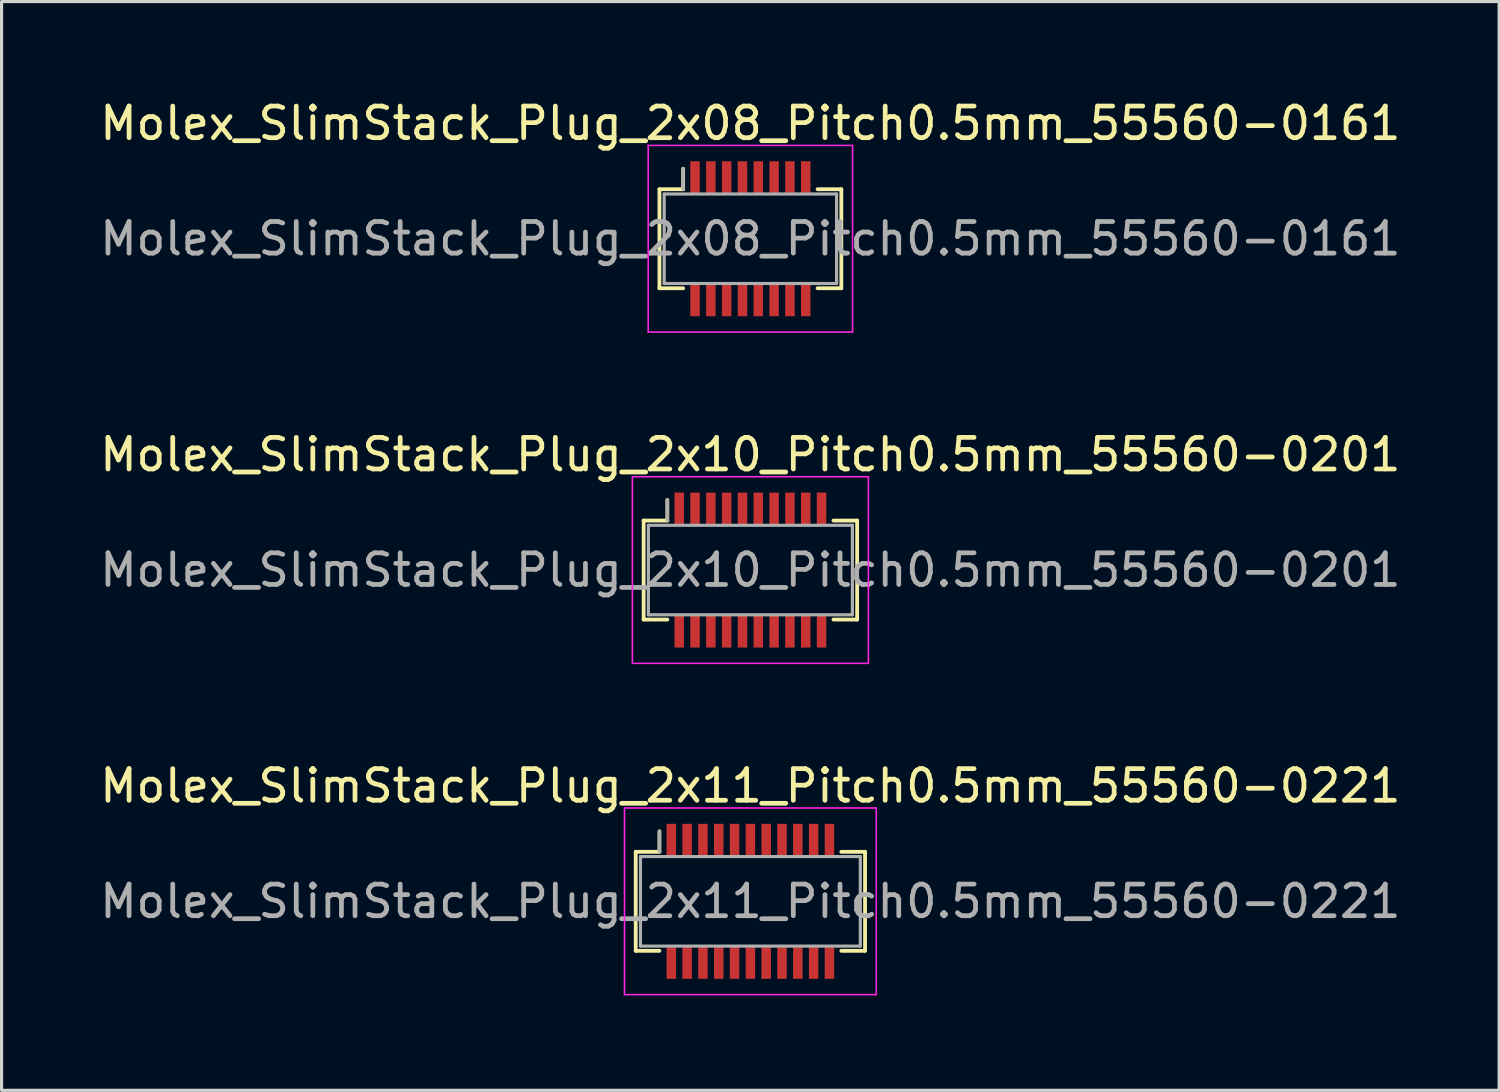
<source format=kicad_pcb>
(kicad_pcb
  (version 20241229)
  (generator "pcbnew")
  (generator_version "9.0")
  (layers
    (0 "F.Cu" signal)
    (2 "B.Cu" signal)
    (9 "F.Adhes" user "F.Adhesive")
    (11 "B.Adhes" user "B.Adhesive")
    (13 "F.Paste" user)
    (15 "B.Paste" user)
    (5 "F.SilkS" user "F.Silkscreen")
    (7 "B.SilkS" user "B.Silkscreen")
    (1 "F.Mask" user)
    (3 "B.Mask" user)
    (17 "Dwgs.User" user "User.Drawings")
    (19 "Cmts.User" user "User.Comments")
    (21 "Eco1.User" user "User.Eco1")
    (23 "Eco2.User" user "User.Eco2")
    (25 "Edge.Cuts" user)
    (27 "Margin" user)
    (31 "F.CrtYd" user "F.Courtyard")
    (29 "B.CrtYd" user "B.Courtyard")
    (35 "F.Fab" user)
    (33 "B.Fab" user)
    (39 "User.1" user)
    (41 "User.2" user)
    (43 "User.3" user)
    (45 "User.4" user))
  (footprint "Molex_SlimStack_Plug_2x10_Pitch0.5mm_55560-0201"
    (layer "F.Cu")
    (at 20.673 14.972)
    (property "Reference" "Molex_SlimStack_Plug_2x10_Pitch0.5mm_55560-0201" (at 0 -3.65 0) (layer "F.SilkS") (effects (font (size 1 1) (thickness 0.15))))
    (attr smd)
    (fp_line (start -3.375 -1.565) (end -2.625 -1.565) (stroke (width 0.12) (type solid)) (layer "F.SilkS"))
    (fp_line (start -3.375 1.565) (end -3.375 -1.565) (stroke (width 0.12) (type solid)) (layer "F.SilkS"))
    (fp_line (start -2.625 -1.565) (end -2.625 -2.215) (stroke (width 0.12) (type solid)) (layer "F.SilkS"))
    (fp_line (start -2.625 1.565) (end -3.375 1.565) (stroke (width 0.12) (type solid)) (layer "F.SilkS"))
    (fp_line (start 2.625 1.565) (end 3.375 1.565) (stroke (width 0.12) (type solid)) (layer "F.SilkS"))
    (fp_line (start 3.375 -1.565) (end 2.625 -1.565) (stroke (width 0.12) (type solid)) (layer "F.SilkS"))
    (fp_line (start 3.375 1.565) (end 3.375 -1.565) (stroke (width 0.12) (type solid)) (layer "F.SilkS"))
    (fp_line (start -3.73 -2.95) (end -3.73 2.95) (stroke (width 0.05) (type solid)) (layer "F.CrtYd"))
    (fp_line (start -3.73 2.95) (end 3.73 2.95) (stroke (width 0.05) (type solid)) (layer "F.CrtYd"))
    (fp_line (start 3.73 -2.95) (end -3.73 -2.95) (stroke (width 0.05) (type solid)) (layer "F.CrtYd"))
    (fp_line (start 3.73 2.95) (end 3.73 -2.95) (stroke (width 0.05) (type solid)) (layer "F.CrtYd"))
    (fp_line (start -3.225 -1.415) (end -3.225 1.415) (stroke (width 0.1) (type solid)) (layer "F.Fab"))
    (fp_line (start -3.225 1.415) (end 3.225 1.415) (stroke (width 0.1) (type solid)) (layer "F.Fab"))
    (fp_line (start -2.625 -1.565) (end -2.625 -2.215) (stroke (width 0.1) (type solid)) (layer "F.Fab"))
    (fp_line (start 3.225 -1.415) (end -3.225 -1.415) (stroke (width 0.1) (type solid)) (layer "F.Fab"))
    (fp_line (start 3.225 1.415) (end 3.225 -1.415) (stroke (width 0.1) (type solid)) (layer "F.Fab"))
    (fp_text user "${REFERENCE}" (at 0 0 0) (layer "F.Fab") (effects (font (size 1 1) (thickness 0.15))))
    (pad "1" smd rect (at -2.25 -1.95) (size 0.3 1) (layers "F.Cu" "F.Mask" "F.Paste"))
    (pad "2" smd rect (at -2.25 1.95) (size 0.3 1) (layers "F.Cu" "F.Mask" "F.Paste"))
    (pad "3" smd rect (at -1.75 -1.95) (size 0.3 1) (layers "F.Cu" "F.Mask" "F.Paste"))
    (pad "4" smd rect (at -1.75 1.95) (size 0.3 1) (layers "F.Cu" "F.Mask" "F.Paste"))
    (pad "5" smd rect (at -1.25 -1.95) (size 0.3 1) (layers "F.Cu" "F.Mask" "F.Paste"))
    (pad "6" smd rect (at -1.25 1.95) (size 0.3 1) (layers "F.Cu" "F.Mask" "F.Paste"))
    (pad "7" smd rect (at -0.75 -1.95) (size 0.3 1) (layers "F.Cu" "F.Mask" "F.Paste"))
    (pad "8" smd rect (at -0.75 1.95) (size 0.3 1) (layers "F.Cu" "F.Mask" "F.Paste"))
    (pad "9" smd rect (at -0.25 -1.95) (size 0.3 1) (layers "F.Cu" "F.Mask" "F.Paste"))
    (pad "10" smd rect (at -0.25 1.95) (size 0.3 1) (layers "F.Cu" "F.Mask" "F.Paste"))
    (pad "11" smd rect (at 0.25 -1.95) (size 0.3 1) (layers "F.Cu" "F.Mask" "F.Paste"))
    (pad "12" smd rect (at 0.25 1.95) (size 0.3 1) (layers "F.Cu" "F.Mask" "F.Paste"))
    (pad "13" smd rect (at 0.75 -1.95) (size 0.3 1) (layers "F.Cu" "F.Mask" "F.Paste"))
    (pad "14" smd rect (at 0.75 1.95) (size 0.3 1) (layers "F.Cu" "F.Mask" "F.Paste"))
    (pad "15" smd rect (at 1.25 -1.95) (size 0.3 1) (layers "F.Cu" "F.Mask" "F.Paste"))
    (pad "16" smd rect (at 1.25 1.95) (size 0.3 1) (layers "F.Cu" "F.Mask" "F.Paste"))
    (pad "17" smd rect (at 1.75 -1.95) (size 0.3 1) (layers "F.Cu" "F.Mask" "F.Paste"))
    (pad "18" smd rect (at 1.75 1.95) (size 0.3 1) (layers "F.Cu" "F.Mask" "F.Paste"))
    (pad "19" smd rect (at 2.25 -1.95) (size 0.3 1) (layers "F.Cu" "F.Mask" "F.Paste"))
    (pad "20" smd rect (at 2.25 1.95) (size 0.3 1) (layers "F.Cu" "F.Mask" "F.Paste")))
  (footprint "Molex_SlimStack_Plug_2x08_Pitch0.5mm_55560-0161"
    (layer "F.Cu")
    (at 20.673 4.498)
    (property "Reference" "Molex_SlimStack_Plug_2x08_Pitch0.5mm_55560-0161" (at 0 -3.65 0) (layer "F.SilkS") (effects (font (size 1 1) (thickness 0.15))))
    (attr smd)
    (fp_line (start -2.875 -1.565) (end -2.125 -1.565) (stroke (width 0.12) (type solid)) (layer "F.SilkS"))
    (fp_line (start -2.875 1.565) (end -2.875 -1.565) (stroke (width 0.12) (type solid)) (layer "F.SilkS"))
    (fp_line (start -2.125 -1.565) (end -2.125 -2.215) (stroke (width 0.12) (type solid)) (layer "F.SilkS"))
    (fp_line (start -2.125 1.565) (end -2.875 1.565) (stroke (width 0.12) (type solid)) (layer "F.SilkS"))
    (fp_line (start 2.125 1.565) (end 2.875 1.565) (stroke (width 0.12) (type solid)) (layer "F.SilkS"))
    (fp_line (start 2.875 -1.565) (end 2.125 -1.565) (stroke (width 0.12) (type solid)) (layer "F.SilkS"))
    (fp_line (start 2.875 1.565) (end 2.875 -1.565) (stroke (width 0.12) (type solid)) (layer "F.SilkS"))
    (fp_line (start -3.23 -2.95) (end -3.23 2.95) (stroke (width 0.05) (type solid)) (layer "F.CrtYd"))
    (fp_line (start -3.23 2.95) (end 3.23 2.95) (stroke (width 0.05) (type solid)) (layer "F.CrtYd"))
    (fp_line (start 3.23 -2.95) (end -3.23 -2.95) (stroke (width 0.05) (type solid)) (layer "F.CrtYd"))
    (fp_line (start 3.23 2.95) (end 3.23 -2.95) (stroke (width 0.05) (type solid)) (layer "F.CrtYd"))
    (fp_line (start -2.725 -1.415) (end -2.725 1.415) (stroke (width 0.1) (type solid)) (layer "F.Fab"))
    (fp_line (start -2.725 1.415) (end 2.725 1.415) (stroke (width 0.1) (type solid)) (layer "F.Fab"))
    (fp_line (start -2.125 -1.565) (end -2.125 -2.215) (stroke (width 0.1) (type solid)) (layer "F.Fab"))
    (fp_line (start 2.725 -1.415) (end -2.725 -1.415) (stroke (width 0.1) (type solid)) (layer "F.Fab"))
    (fp_line (start 2.725 1.415) (end 2.725 -1.415) (stroke (width 0.1) (type solid)) (layer "F.Fab"))
    (fp_text user "${REFERENCE}" (at 0 0 0) (layer "F.Fab") (effects (font (size 1 1) (thickness 0.15))))
    (pad "1" smd rect (at -1.75 -1.95) (size 0.3 1) (layers "F.Cu" "F.Mask" "F.Paste"))
    (pad "2" smd rect (at -1.75 1.95) (size 0.3 1) (layers "F.Cu" "F.Mask" "F.Paste"))
    (pad "3" smd rect (at -1.25 -1.95) (size 0.3 1) (layers "F.Cu" "F.Mask" "F.Paste"))
    (pad "4" smd rect (at -1.25 1.95) (size 0.3 1) (layers "F.Cu" "F.Mask" "F.Paste"))
    (pad "5" smd rect (at -0.75 -1.95) (size 0.3 1) (layers "F.Cu" "F.Mask" "F.Paste"))
    (pad "6" smd rect (at -0.75 1.95) (size 0.3 1) (layers "F.Cu" "F.Mask" "F.Paste"))
    (pad "7" smd rect (at -0.25 -1.95) (size 0.3 1) (layers "F.Cu" "F.Mask" "F.Paste"))
    (pad "8" smd rect (at -0.25 1.95) (size 0.3 1) (layers "F.Cu" "F.Mask" "F.Paste"))
    (pad "9" smd rect (at 0.25 -1.95) (size 0.3 1) (layers "F.Cu" "F.Mask" "F.Paste"))
    (pad "10" smd rect (at 0.25 1.95) (size 0.3 1) (layers "F.Cu" "F.Mask" "F.Paste"))
    (pad "11" smd rect (at 0.75 -1.95) (size 0.3 1) (layers "F.Cu" "F.Mask" "F.Paste"))
    (pad "12" smd rect (at 0.75 1.95) (size 0.3 1) (layers "F.Cu" "F.Mask" "F.Paste"))
    (pad "13" smd rect (at 1.25 -1.95) (size 0.3 1) (layers "F.Cu" "F.Mask" "F.Paste"))
    (pad "14" smd rect (at 1.25 1.95) (size 0.3 1) (layers "F.Cu" "F.Mask" "F.Paste"))
    (pad "15" smd rect (at 1.75 -1.95) (size 0.3 1) (layers "F.Cu" "F.Mask" "F.Paste"))
    (pad "16" smd rect (at 1.75 1.95) (size 0.3 1) (layers "F.Cu" "F.Mask" "F.Paste")))
  (footprint "Molex_SlimStack_Plug_2x11_Pitch0.5mm_55560-0221"
    (layer "F.Cu")
    (at 20.673 25.445)
    (property "Reference" "Molex_SlimStack_Plug_2x11_Pitch0.5mm_55560-0221" (at 0 -3.65 0) (layer "F.SilkS") (effects (font (size 1 1) (thickness 0.15))))
    (attr smd)
    (fp_line (start -3.625 -1.565) (end -2.875 -1.565) (stroke (width 0.12) (type solid)) (layer "F.SilkS"))
    (fp_line (start -3.625 1.565) (end -3.625 -1.565) (stroke (width 0.12) (type solid)) (layer "F.SilkS"))
    (fp_line (start -2.875 -1.565) (end -2.875 -2.215) (stroke (width 0.12) (type solid)) (layer "F.SilkS"))
    (fp_line (start -2.875 1.565) (end -3.625 1.565) (stroke (width 0.12) (type solid)) (layer "F.SilkS"))
    (fp_line (start 2.875 1.565) (end 3.625 1.565) (stroke (width 0.12) (type solid)) (layer "F.SilkS"))
    (fp_line (start 3.625 -1.565) (end 2.875 -1.565) (stroke (width 0.12) (type solid)) (layer "F.SilkS"))
    (fp_line (start 3.625 1.565) (end 3.625 -1.565) (stroke (width 0.12) (type solid)) (layer "F.SilkS"))
    (fp_line (start -3.98 -2.95) (end -3.98 2.95) (stroke (width 0.05) (type solid)) (layer "F.CrtYd"))
    (fp_line (start -3.98 2.95) (end 3.98 2.95) (stroke (width 0.05) (type solid)) (layer "F.CrtYd"))
    (fp_line (start 3.98 -2.95) (end -3.98 -2.95) (stroke (width 0.05) (type solid)) (layer "F.CrtYd"))
    (fp_line (start 3.98 2.95) (end 3.98 -2.95) (stroke (width 0.05) (type solid)) (layer "F.CrtYd"))
    (fp_line (start -3.475 -1.415) (end -3.475 1.415) (stroke (width 0.1) (type solid)) (layer "F.Fab"))
    (fp_line (start -3.475 1.415) (end 3.475 1.415) (stroke (width 0.1) (type solid)) (layer "F.Fab"))
    (fp_line (start -2.875 -1.565) (end -2.875 -2.215) (stroke (width 0.1) (type solid)) (layer "F.Fab"))
    (fp_line (start 3.475 -1.415) (end -3.475 -1.415) (stroke (width 0.1) (type solid)) (layer "F.Fab"))
    (fp_line (start 3.475 1.415) (end 3.475 -1.415) (stroke (width 0.1) (type solid)) (layer "F.Fab"))
    (fp_text user "${REFERENCE}" (at 0 0 0) (layer "F.Fab") (effects (font (size 1 1) (thickness 0.15))))
    (pad "1" smd rect (at -2.5 -1.95) (size 0.3 1) (layers "F.Cu" "F.Mask" "F.Paste"))
    (pad "2" smd rect (at -2.5 1.95) (size 0.3 1) (layers "F.Cu" "F.Mask" "F.Paste"))
    (pad "3" smd rect (at -2 -1.95) (size 0.3 1) (layers "F.Cu" "F.Mask" "F.Paste"))
    (pad "4" smd rect (at -2 1.95) (size 0.3 1) (layers "F.Cu" "F.Mask" "F.Paste"))
    (pad "5" smd rect (at -1.5 -1.95) (size 0.3 1) (layers "F.Cu" "F.Mask" "F.Paste"))
    (pad "6" smd rect (at -1.5 1.95) (size 0.3 1) (layers "F.Cu" "F.Mask" "F.Paste"))
    (pad "7" smd rect (at -1 -1.95) (size 0.3 1) (layers "F.Cu" "F.Mask" "F.Paste"))
    (pad "8" smd rect (at -1 1.95) (size 0.3 1) (layers "F.Cu" "F.Mask" "F.Paste"))
    (pad "9" smd rect (at -0.5 -1.95) (size 0.3 1) (layers "F.Cu" "F.Mask" "F.Paste"))
    (pad "10" smd rect (at -0.5 1.95) (size 0.3 1) (layers "F.Cu" "F.Mask" "F.Paste"))
    (pad "11" smd rect (at 0 -1.95) (size 0.3 1) (layers "F.Cu" "F.Mask" "F.Paste"))
    (pad "12" smd rect (at 0 1.95) (size 0.3 1) (layers "F.Cu" "F.Mask" "F.Paste"))
    (pad "13" smd rect (at 0.5 -1.95) (size 0.3 1) (layers "F.Cu" "F.Mask" "F.Paste"))
    (pad "14" smd rect (at 0.5 1.95) (size 0.3 1) (layers "F.Cu" "F.Mask" "F.Paste"))
    (pad "15" smd rect (at 1 -1.95) (size 0.3 1) (layers "F.Cu" "F.Mask" "F.Paste"))
    (pad "16" smd rect (at 1 1.95) (size 0.3 1) (layers "F.Cu" "F.Mask" "F.Paste"))
    (pad "17" smd rect (at 1.5 -1.95) (size 0.3 1) (layers "F.Cu" "F.Mask" "F.Paste"))
    (pad "18" smd rect (at 1.5 1.95) (size 0.3 1) (layers "F.Cu" "F.Mask" "F.Paste"))
    (pad "19" smd rect (at 2 -1.95) (size 0.3 1) (layers "F.Cu" "F.Mask" "F.Paste"))
    (pad "20" smd rect (at 2 1.95) (size 0.3 1) (layers "F.Cu" "F.Mask" "F.Paste"))
    (pad "21" smd rect (at 2.5 -1.95) (size 0.3 1) (layers "F.Cu" "F.Mask" "F.Paste"))
    (pad "22" smd rect (at 2.5 1.95) (size 0.3 1) (layers "F.Cu" "F.Mask" "F.Paste")))
  (gr_rect
    (start -3 -3)
    (end 44.345 31.42)
    (stroke (width 0.1) (type default))
    (fill no)
    (layer "Edge.Cuts")))
</source>
